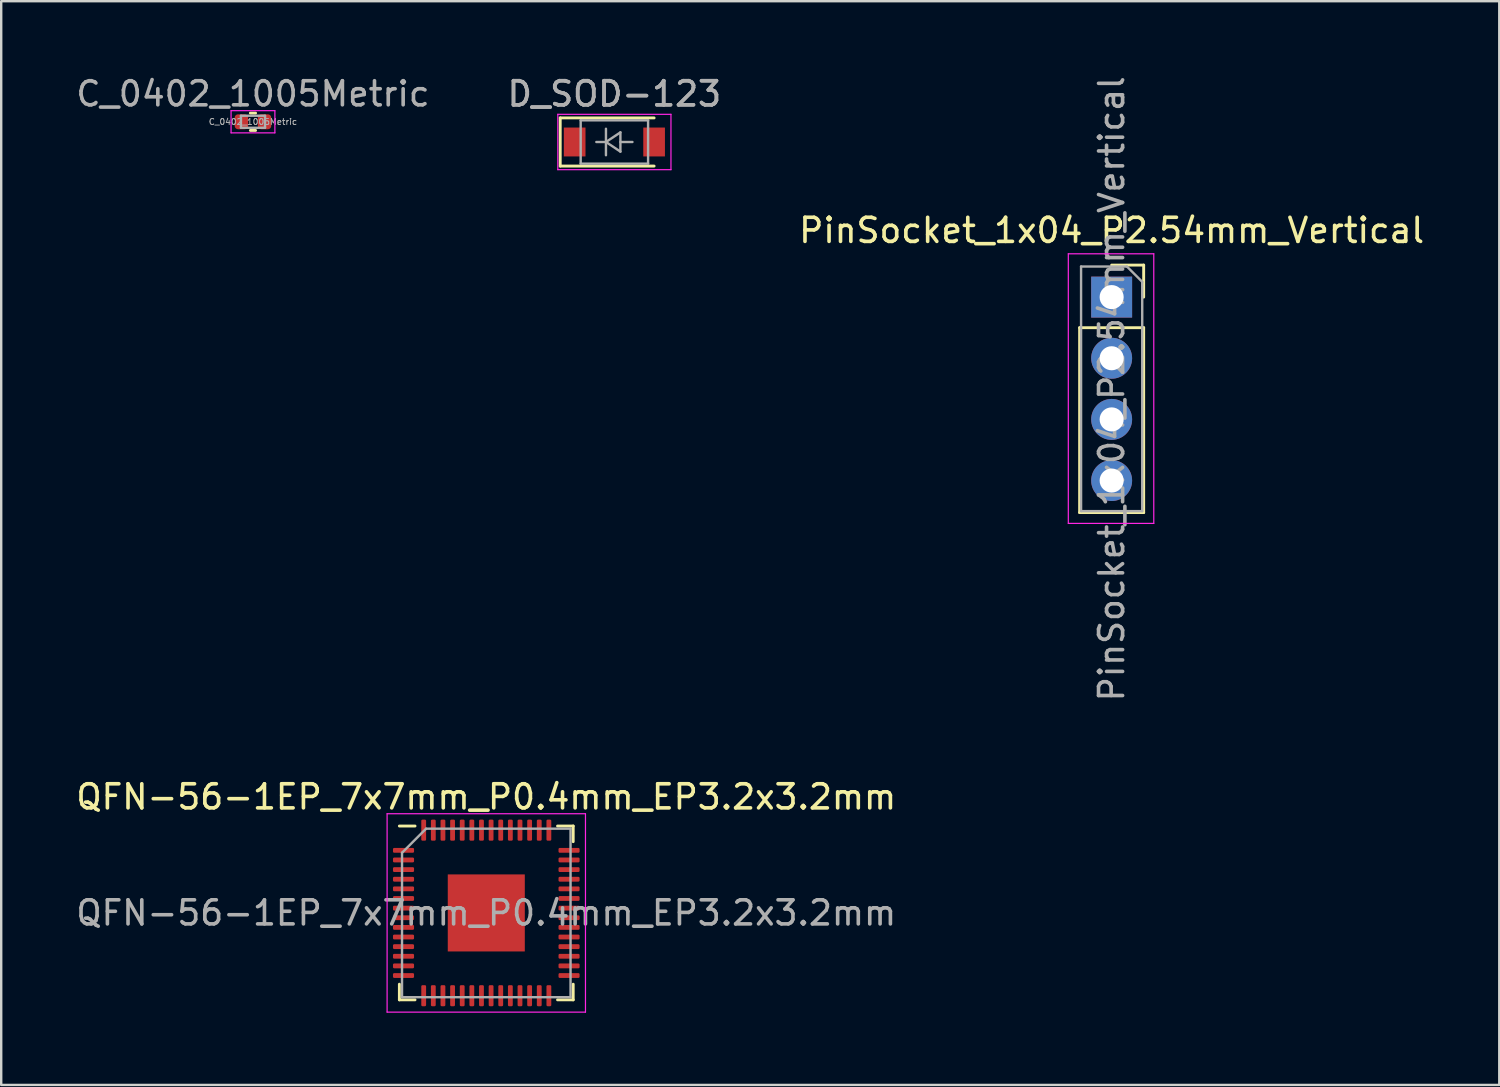
<source format=kicad_pcb>
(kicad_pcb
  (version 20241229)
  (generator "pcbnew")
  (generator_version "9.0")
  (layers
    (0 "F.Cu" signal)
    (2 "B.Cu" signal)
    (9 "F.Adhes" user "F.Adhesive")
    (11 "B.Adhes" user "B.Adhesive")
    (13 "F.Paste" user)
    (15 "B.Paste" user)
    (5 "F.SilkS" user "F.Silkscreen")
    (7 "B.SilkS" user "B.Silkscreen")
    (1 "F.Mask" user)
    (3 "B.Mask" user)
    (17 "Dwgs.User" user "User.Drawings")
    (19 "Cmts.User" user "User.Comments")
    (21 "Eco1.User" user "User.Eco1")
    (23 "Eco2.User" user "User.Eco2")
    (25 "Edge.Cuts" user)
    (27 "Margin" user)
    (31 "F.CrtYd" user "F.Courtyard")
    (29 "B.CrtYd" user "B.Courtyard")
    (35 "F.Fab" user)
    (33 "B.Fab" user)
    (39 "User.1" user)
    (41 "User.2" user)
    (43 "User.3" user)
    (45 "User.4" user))
  (footprint "C_0402_1005Metric"
    (layer "F.Cu")
    (at 7.458 2.008)
    (property "Reference" "C_0402_1005Metric" (at 0 -1.16 0) (layer "F.Fab") (effects (font (size 1 1) (thickness 0.15))))
    (attr smd)
    (fp_line (start -0.108 -0.36) (end 0.108 -0.36) (stroke (width 0.12) (type solid)) (layer "F.SilkS"))
    (fp_line (start -0.108 0.36) (end 0.108 0.36) (stroke (width 0.12) (type solid)) (layer "F.SilkS"))
    (fp_line (start -0.91 -0.46) (end 0.91 -0.46) (stroke (width 0.05) (type solid)) (layer "F.CrtYd"))
    (fp_line (start -0.91 0.46) (end -0.91 -0.46) (stroke (width 0.05) (type solid)) (layer "F.CrtYd"))
    (fp_line (start 0.91 -0.46) (end 0.91 0.46) (stroke (width 0.05) (type solid)) (layer "F.CrtYd"))
    (fp_line (start 0.91 0.46) (end -0.91 0.46) (stroke (width 0.05) (type solid)) (layer "F.CrtYd"))
    (fp_line (start -0.5 -0.25) (end 0.5 -0.25) (stroke (width 0.1) (type solid)) (layer "F.Fab"))
    (fp_line (start -0.5 0.25) (end -0.5 -0.25) (stroke (width 0.1) (type solid)) (layer "F.Fab"))
    (fp_line (start 0.5 -0.25) (end 0.5 0.25) (stroke (width 0.1) (type solid)) (layer "F.Fab"))
    (fp_line (start 0.5 0.25) (end -0.5 0.25) (stroke (width 0.1) (type solid)) (layer "F.Fab"))
    (fp_text user "${REFERENCE}" (at 0 0 0) (layer "F.Fab") (effects (font (size 0.25 0.25) (thickness 0.04))))
    (pad "1" smd roundrect (at -0.48 0) (size 0.56 0.62) (layers "F.Cu" "F.Mask" "F.Paste") (roundrect_rratio 0.25))
    (pad "2" smd roundrect (at 0.48 0) (size 0.56 0.62) (layers "F.Cu" "F.Mask" "F.Paste") (roundrect_rratio 0.25)))
  (footprint "QFN-56-1EP_7x7mm_P0.4mm_EP3.2x3.2mm"
    (layer "F.Cu")
    (at 17.149 34.871)
    (property "Reference" "QFN-56-1EP_7x7mm_P0.4mm_EP3.2x3.2mm" (at 0 -4.82 0) (layer "F.SilkS") (effects (font (size 1 1) (thickness 0.15))))
    (attr smd)
    (fp_line (start -3.61 3.61) (end -3.61 2.96) (stroke (width 0.12) (type solid)) (layer "F.SilkS"))
    (fp_line (start -2.96 -3.61) (end -3.61 -3.61) (stroke (width 0.12) (type solid)) (layer "F.SilkS"))
    (fp_line (start -2.96 3.61) (end -3.61 3.61) (stroke (width 0.12) (type solid)) (layer "F.SilkS"))
    (fp_line (start 2.96 -3.61) (end 3.61 -3.61) (stroke (width 0.12) (type solid)) (layer "F.SilkS"))
    (fp_line (start 2.96 3.61) (end 3.61 3.61) (stroke (width 0.12) (type solid)) (layer "F.SilkS"))
    (fp_line (start 3.61 -3.61) (end 3.61 -2.96) (stroke (width 0.12) (type solid)) (layer "F.SilkS"))
    (fp_line (start 3.61 3.61) (end 3.61 2.96) (stroke (width 0.12) (type solid)) (layer "F.SilkS"))
    (fp_line (start -4.12 -4.12) (end -4.12 4.12) (stroke (width 0.05) (type solid)) (layer "F.CrtYd"))
    (fp_line (start -4.12 4.12) (end 4.12 4.12) (stroke (width 0.05) (type solid)) (layer "F.CrtYd"))
    (fp_line (start 4.12 -4.12) (end -4.12 -4.12) (stroke (width 0.05) (type solid)) (layer "F.CrtYd"))
    (fp_line (start 4.12 4.12) (end 4.12 -4.12) (stroke (width 0.05) (type solid)) (layer "F.CrtYd"))
    (fp_line (start -3.5 -2.5) (end -2.5 -3.5) (stroke (width 0.1) (type solid)) (layer "F.Fab"))
    (fp_line (start -3.5 3.5) (end -3.5 -2.5) (stroke (width 0.1) (type solid)) (layer "F.Fab"))
    (fp_line (start -2.5 -3.5) (end 3.5 -3.5) (stroke (width 0.1) (type solid)) (layer "F.Fab"))
    (fp_line (start 3.5 -3.5) (end 3.5 3.5) (stroke (width 0.1) (type solid)) (layer "F.Fab"))
    (fp_line (start 3.5 3.5) (end -3.5 3.5) (stroke (width 0.1) (type solid)) (layer "F.Fab"))
    (fp_text user "${REFERENCE}" (at 0 0 0) (layer "F.Fab") (effects (font (size 1 1) (thickness 0.15))))
    (pad "" smd roundrect (at -0.8 -0.8) (size 1.29 1.29) (layers "F.Paste") (roundrect_rratio 0.194))
    (pad "" smd roundrect (at -0.8 0.8) (size 1.29 1.29) (layers "F.Paste") (roundrect_rratio 0.194))
    (pad "" smd roundrect (at 0.8 -0.8) (size 1.29 1.29) (layers "F.Paste") (roundrect_rratio 0.194))
    (pad "" smd roundrect (at 0.8 0.8) (size 1.29 1.29) (layers "F.Paste") (roundrect_rratio 0.194))
    (pad "1" smd roundrect (at -3.438 -2.6) (size 0.875 0.2) (layers "F.Cu" "F.Mask" "F.Paste") (roundrect_rratio 0.25))
    (pad "2" smd roundrect (at -3.438 -2.2) (size 0.875 0.2) (layers "F.Cu" "F.Mask" "F.Paste") (roundrect_rratio 0.25))
    (pad "3" smd roundrect (at -3.438 -1.8) (size 0.875 0.2) (layers "F.Cu" "F.Mask" "F.Paste") (roundrect_rratio 0.25))
    (pad "4" smd roundrect (at -3.438 -1.4) (size 0.875 0.2) (layers "F.Cu" "F.Mask" "F.Paste") (roundrect_rratio 0.25))
    (pad "5" smd roundrect (at -3.438 -1) (size 0.875 0.2) (layers "F.Cu" "F.Mask" "F.Paste") (roundrect_rratio 0.25))
    (pad "6" smd roundrect (at -3.438 -0.6) (size 0.875 0.2) (layers "F.Cu" "F.Mask" "F.Paste") (roundrect_rratio 0.25))
    (pad "7" smd roundrect (at -3.438 -0.2) (size 0.875 0.2) (layers "F.Cu" "F.Mask" "F.Paste") (roundrect_rratio 0.25))
    (pad "8" smd roundrect (at -3.438 0.2) (size 0.875 0.2) (layers "F.Cu" "F.Mask" "F.Paste") (roundrect_rratio 0.25))
    (pad "9" smd roundrect (at -3.438 0.6) (size 0.875 0.2) (layers "F.Cu" "F.Mask" "F.Paste") (roundrect_rratio 0.25))
    (pad "10" smd roundrect (at -3.438 1) (size 0.875 0.2) (layers "F.Cu" "F.Mask" "F.Paste") (roundrect_rratio 0.25))
    (pad "11" smd roundrect (at -3.438 1.4) (size 0.875 0.2) (layers "F.Cu" "F.Mask" "F.Paste") (roundrect_rratio 0.25))
    (pad "12" smd roundrect (at -3.438 1.8) (size 0.875 0.2) (layers "F.Cu" "F.Mask" "F.Paste") (roundrect_rratio 0.25))
    (pad "13" smd roundrect (at -3.438 2.2) (size 0.875 0.2) (layers "F.Cu" "F.Mask" "F.Paste") (roundrect_rratio 0.25))
    (pad "14" smd roundrect (at -3.438 2.6) (size 0.875 0.2) (layers "F.Cu" "F.Mask" "F.Paste") (roundrect_rratio 0.25))
    (pad "15" smd roundrect (at -2.6 3.438) (size 0.2 0.875) (layers "F.Cu" "F.Mask" "F.Paste") (roundrect_rratio 0.25))
    (pad "16" smd roundrect (at -2.2 3.438) (size 0.2 0.875) (layers "F.Cu" "F.Mask" "F.Paste") (roundrect_rratio 0.25))
    (pad "17" smd roundrect (at -1.8 3.438) (size 0.2 0.875) (layers "F.Cu" "F.Mask" "F.Paste") (roundrect_rratio 0.25))
    (pad "18" smd roundrect (at -1.4 3.438) (size 0.2 0.875) (layers "F.Cu" "F.Mask" "F.Paste") (roundrect_rratio 0.25))
    (pad "19" smd roundrect (at -1 3.438) (size 0.2 0.875) (layers "F.Cu" "F.Mask" "F.Paste") (roundrect_rratio 0.25))
    (pad "20" smd roundrect (at -0.6 3.438) (size 0.2 0.875) (layers "F.Cu" "F.Mask" "F.Paste") (roundrect_rratio 0.25))
    (pad "21" smd roundrect (at -0.2 3.438) (size 0.2 0.875) (layers "F.Cu" "F.Mask" "F.Paste") (roundrect_rratio 0.25))
    (pad "22" smd roundrect (at 0.2 3.438) (size 0.2 0.875) (layers "F.Cu" "F.Mask" "F.Paste") (roundrect_rratio 0.25))
    (pad "23" smd roundrect (at 0.6 3.438) (size 0.2 0.875) (layers "F.Cu" "F.Mask" "F.Paste") (roundrect_rratio 0.25))
    (pad "24" smd roundrect (at 1 3.438) (size 0.2 0.875) (layers "F.Cu" "F.Mask" "F.Paste") (roundrect_rratio 0.25))
    (pad "25" smd roundrect (at 1.4 3.438) (size 0.2 0.875) (layers "F.Cu" "F.Mask" "F.Paste") (roundrect_rratio 0.25))
    (pad "26" smd roundrect (at 1.8 3.438) (size 0.2 0.875) (layers "F.Cu" "F.Mask" "F.Paste") (roundrect_rratio 0.25))
    (pad "27" smd roundrect (at 2.2 3.438) (size 0.2 0.875) (layers "F.Cu" "F.Mask" "F.Paste") (roundrect_rratio 0.25))
    (pad "28" smd roundrect (at 2.6 3.438) (size 0.2 0.875) (layers "F.Cu" "F.Mask" "F.Paste") (roundrect_rratio 0.25))
    (pad "29" smd roundrect (at 3.438 2.6) (size 0.875 0.2) (layers "F.Cu" "F.Mask" "F.Paste") (roundrect_rratio 0.25))
    (pad "30" smd roundrect (at 3.438 2.2) (size 0.875 0.2) (layers "F.Cu" "F.Mask" "F.Paste") (roundrect_rratio 0.25))
    (pad "31" smd roundrect (at 3.438 1.8) (size 0.875 0.2) (layers "F.Cu" "F.Mask" "F.Paste") (roundrect_rratio 0.25))
    (pad "32" smd roundrect (at 3.438 1.4) (size 0.875 0.2) (layers "F.Cu" "F.Mask" "F.Paste") (roundrect_rratio 0.25))
    (pad "33" smd roundrect (at 3.438 1) (size 0.875 0.2) (layers "F.Cu" "F.Mask" "F.Paste") (roundrect_rratio 0.25))
    (pad "34" smd roundrect (at 3.438 0.6) (size 0.875 0.2) (layers "F.Cu" "F.Mask" "F.Paste") (roundrect_rratio 0.25))
    (pad "35" smd roundrect (at 3.438 0.2) (size 0.875 0.2) (layers "F.Cu" "F.Mask" "F.Paste") (roundrect_rratio 0.25))
    (pad "36" smd roundrect (at 3.438 -0.2) (size 0.875 0.2) (layers "F.Cu" "F.Mask" "F.Paste") (roundrect_rratio 0.25))
    (pad "37" smd roundrect (at 3.438 -0.6) (size 0.875 0.2) (layers "F.Cu" "F.Mask" "F.Paste") (roundrect_rratio 0.25))
    (pad "38" smd roundrect (at 3.438 -1) (size 0.875 0.2) (layers "F.Cu" "F.Mask" "F.Paste") (roundrect_rratio 0.25))
    (pad "39" smd roundrect (at 3.438 -1.4) (size 0.875 0.2) (layers "F.Cu" "F.Mask" "F.Paste") (roundrect_rratio 0.25))
    (pad "40" smd roundrect (at 3.438 -1.8) (size 0.875 0.2) (layers "F.Cu" "F.Mask" "F.Paste") (roundrect_rratio 0.25))
    (pad "41" smd roundrect (at 3.438 -2.2) (size 0.875 0.2) (layers "F.Cu" "F.Mask" "F.Paste") (roundrect_rratio 0.25))
    (pad "42" smd roundrect (at 3.438 -2.6) (size 0.875 0.2) (layers "F.Cu" "F.Mask" "F.Paste") (roundrect_rratio 0.25))
    (pad "43" smd roundrect (at 2.6 -3.438) (size 0.2 0.875) (layers "F.Cu" "F.Mask" "F.Paste") (roundrect_rratio 0.25))
    (pad "44" smd roundrect (at 2.2 -3.438) (size 0.2 0.875) (layers "F.Cu" "F.Mask" "F.Paste") (roundrect_rratio 0.25))
    (pad "45" smd roundrect (at 1.8 -3.438) (size 0.2 0.875) (layers "F.Cu" "F.Mask" "F.Paste") (roundrect_rratio 0.25))
    (pad "46" smd roundrect (at 1.4 -3.438) (size 0.2 0.875) (layers "F.Cu" "F.Mask" "F.Paste") (roundrect_rratio 0.25))
    (pad "47" smd roundrect (at 1 -3.438) (size 0.2 0.875) (layers "F.Cu" "F.Mask" "F.Paste") (roundrect_rratio 0.25))
    (pad "48" smd roundrect (at 0.6 -3.438) (size 0.2 0.875) (layers "F.Cu" "F.Mask" "F.Paste") (roundrect_rratio 0.25))
    (pad "49" smd roundrect (at 0.2 -3.438) (size 0.2 0.875) (layers "F.Cu" "F.Mask" "F.Paste") (roundrect_rratio 0.25))
    (pad "50" smd roundrect (at -0.2 -3.438) (size 0.2 0.875) (layers "F.Cu" "F.Mask" "F.Paste") (roundrect_rratio 0.25))
    (pad "51" smd roundrect (at -0.6 -3.438) (size 0.2 0.875) (layers "F.Cu" "F.Mask" "F.Paste") (roundrect_rratio 0.25))
    (pad "52" smd roundrect (at -1 -3.438) (size 0.2 0.875) (layers "F.Cu" "F.Mask" "F.Paste") (roundrect_rratio 0.25))
    (pad "53" smd roundrect (at -1.4 -3.438) (size 0.2 0.875) (layers "F.Cu" "F.Mask" "F.Paste") (roundrect_rratio 0.25))
    (pad "54" smd roundrect (at -1.8 -3.438) (size 0.2 0.875) (layers "F.Cu" "F.Mask" "F.Paste") (roundrect_rratio 0.25))
    (pad "55" smd roundrect (at -2.2 -3.438) (size 0.2 0.875) (layers "F.Cu" "F.Mask" "F.Paste") (roundrect_rratio 0.25))
    (pad "56" smd roundrect (at -2.6 -3.438) (size 0.2 0.875) (layers "F.Cu" "F.Mask" "F.Paste") (roundrect_rratio 0.25))
    (pad "57" smd rect (at 0 0) (size 3.2 3.2) (layers "F.Cu" "F.Mask")))
  (footprint "PinSocket_1x04_P2.54mm_Vertical"
    (layer "F.Cu")
    (at 43.125 9.291)
    (property "Reference" "PinSocket_1x04_P2.54mm_Vertical" (at 0 -2.77 0) (layer "F.SilkS") (effects (font (size 1 1) (thickness 0.15))))
    (attr through_hole)
    (fp_line (start -1.33 1.27) (end -1.33 8.95) (stroke (width 0.12) (type solid)) (layer "F.SilkS"))
    (fp_line (start -1.33 1.27) (end 1.33 1.27) (stroke (width 0.12) (type solid)) (layer "F.SilkS"))
    (fp_line (start -1.33 8.95) (end 1.33 8.95) (stroke (width 0.12) (type solid)) (layer "F.SilkS"))
    (fp_line (start 0 -1.33) (end 1.33 -1.33) (stroke (width 0.12) (type solid)) (layer "F.SilkS"))
    (fp_line (start 1.33 -1.33) (end 1.33 0) (stroke (width 0.12) (type solid)) (layer "F.SilkS"))
    (fp_line (start 1.33 1.27) (end 1.33 8.95) (stroke (width 0.12) (type solid)) (layer "F.SilkS"))
    (fp_line (start -1.8 -1.8) (end 1.75 -1.8) (stroke (width 0.05) (type solid)) (layer "F.CrtYd"))
    (fp_line (start -1.8 9.4) (end -1.8 -1.8) (stroke (width 0.05) (type solid)) (layer "F.CrtYd"))
    (fp_line (start 1.75 -1.8) (end 1.75 9.4) (stroke (width 0.05) (type solid)) (layer "F.CrtYd"))
    (fp_line (start 1.75 9.4) (end -1.8 9.4) (stroke (width 0.05) (type solid)) (layer "F.CrtYd"))
    (fp_line (start -1.27 -1.27) (end 0.635 -1.27) (stroke (width 0.1) (type solid)) (layer "F.Fab"))
    (fp_line (start -1.27 8.89) (end -1.27 -1.27) (stroke (width 0.1) (type solid)) (layer "F.Fab"))
    (fp_line (start 0.635 -1.27) (end 1.27 -0.635) (stroke (width 0.1) (type solid)) (layer "F.Fab"))
    (fp_line (start 1.27 -0.635) (end 1.27 8.89) (stroke (width 0.1) (type solid)) (layer "F.Fab"))
    (fp_line (start 1.27 8.89) (end -1.27 8.89) (stroke (width 0.1) (type solid)) (layer "F.Fab"))
    (fp_text user "${REFERENCE}" (at 0 3.81 90) (layer "F.Fab") (effects (font (size 1 1) (thickness 0.15))))
    (pad "1" thru_hole rect (at 0 0) (size 1.7 1.7) (drill 1) (layers "*.Cu" "*.Mask"))
    (pad "2" thru_hole oval (at 0 2.54) (size 1.7 1.7) (drill 1) (layers "*.Cu" "*.Mask"))
    (pad "3" thru_hole oval (at 0 5.08) (size 1.7 1.7) (drill 1) (layers "*.Cu" "*.Mask"))
    (pad "4" thru_hole oval (at 0 7.62) (size 1.7 1.7) (drill 1) (layers "*.Cu" "*.Mask")))
  (footprint "D_SOD-123"
    (layer "F.Cu")
    (at 22.47 2.848)
    (property "Reference" "D_SOD-123" (at 0 -2 0) (layer "F.Fab") (effects (font (size 1 1) (thickness 0.15))))
    (attr smd)
    (fp_line (start -2.25 -1) (end -2.25 1) (stroke (width 0.12) (type solid)) (layer "F.SilkS"))
    (fp_line (start -2.25 -1) (end 1.65 -1) (stroke (width 0.12) (type solid)) (layer "F.SilkS"))
    (fp_line (start -2.25 1) (end 1.65 1) (stroke (width 0.12) (type solid)) (layer "F.SilkS"))
    (fp_line (start -2.35 -1.15) (end -2.35 1.15) (stroke (width 0.05) (type solid)) (layer "F.CrtYd"))
    (fp_line (start -2.35 -1.15) (end 2.35 -1.15) (stroke (width 0.05) (type solid)) (layer "F.CrtYd"))
    (fp_line (start 2.35 -1.15) (end 2.35 1.15) (stroke (width 0.05) (type solid)) (layer "F.CrtYd"))
    (fp_line (start 2.35 1.15) (end -2.35 1.15) (stroke (width 0.05) (type solid)) (layer "F.CrtYd"))
    (fp_line (start -1.4 -0.9) (end 1.4 -0.9) (stroke (width 0.1) (type solid)) (layer "F.Fab"))
    (fp_line (start -1.4 0.9) (end -1.4 -0.9) (stroke (width 0.1) (type solid)) (layer "F.Fab"))
    (fp_line (start -0.75 0) (end -0.35 0) (stroke (width 0.1) (type solid)) (layer "F.Fab"))
    (fp_line (start -0.35 0) (end -0.35 -0.55) (stroke (width 0.1) (type solid)) (layer "F.Fab"))
    (fp_line (start -0.35 0) (end -0.35 0.55) (stroke (width 0.1) (type solid)) (layer "F.Fab"))
    (fp_line (start -0.35 0) (end 0.25 -0.4) (stroke (width 0.1) (type solid)) (layer "F.Fab"))
    (fp_line (start 0.25 -0.4) (end 0.25 0.4) (stroke (width 0.1) (type solid)) (layer "F.Fab"))
    (fp_line (start 0.25 0) (end 0.75 0) (stroke (width 0.1) (type solid)) (layer "F.Fab"))
    (fp_line (start 0.25 0.4) (end -0.35 0) (stroke (width 0.1) (type solid)) (layer "F.Fab"))
    (fp_line (start 1.4 -0.9) (end 1.4 0.9) (stroke (width 0.1) (type solid)) (layer "F.Fab"))
    (fp_line (start 1.4 0.9) (end -1.4 0.9) (stroke (width 0.1) (type solid)) (layer "F.Fab"))
    (fp_text user "${REFERENCE}" (at 0 -2 0) (layer "F.Fab") (effects (font (size 1 1) (thickness 0.15))))
    (pad "1" smd rect (at -1.65 0) (size 0.9 1.2) (layers "F.Cu" "F.Mask" "F.Paste"))
    (pad "2" smd rect (at 1.65 0) (size 0.9 1.2) (layers "F.Cu" "F.Mask" "F.Paste")))
  (gr_rect
    (start -3 -3)
    (end 59.226 42.016)
    (stroke (width 0.1) (type default))
    (fill no)
    (layer "Edge.Cuts")))
</source>
